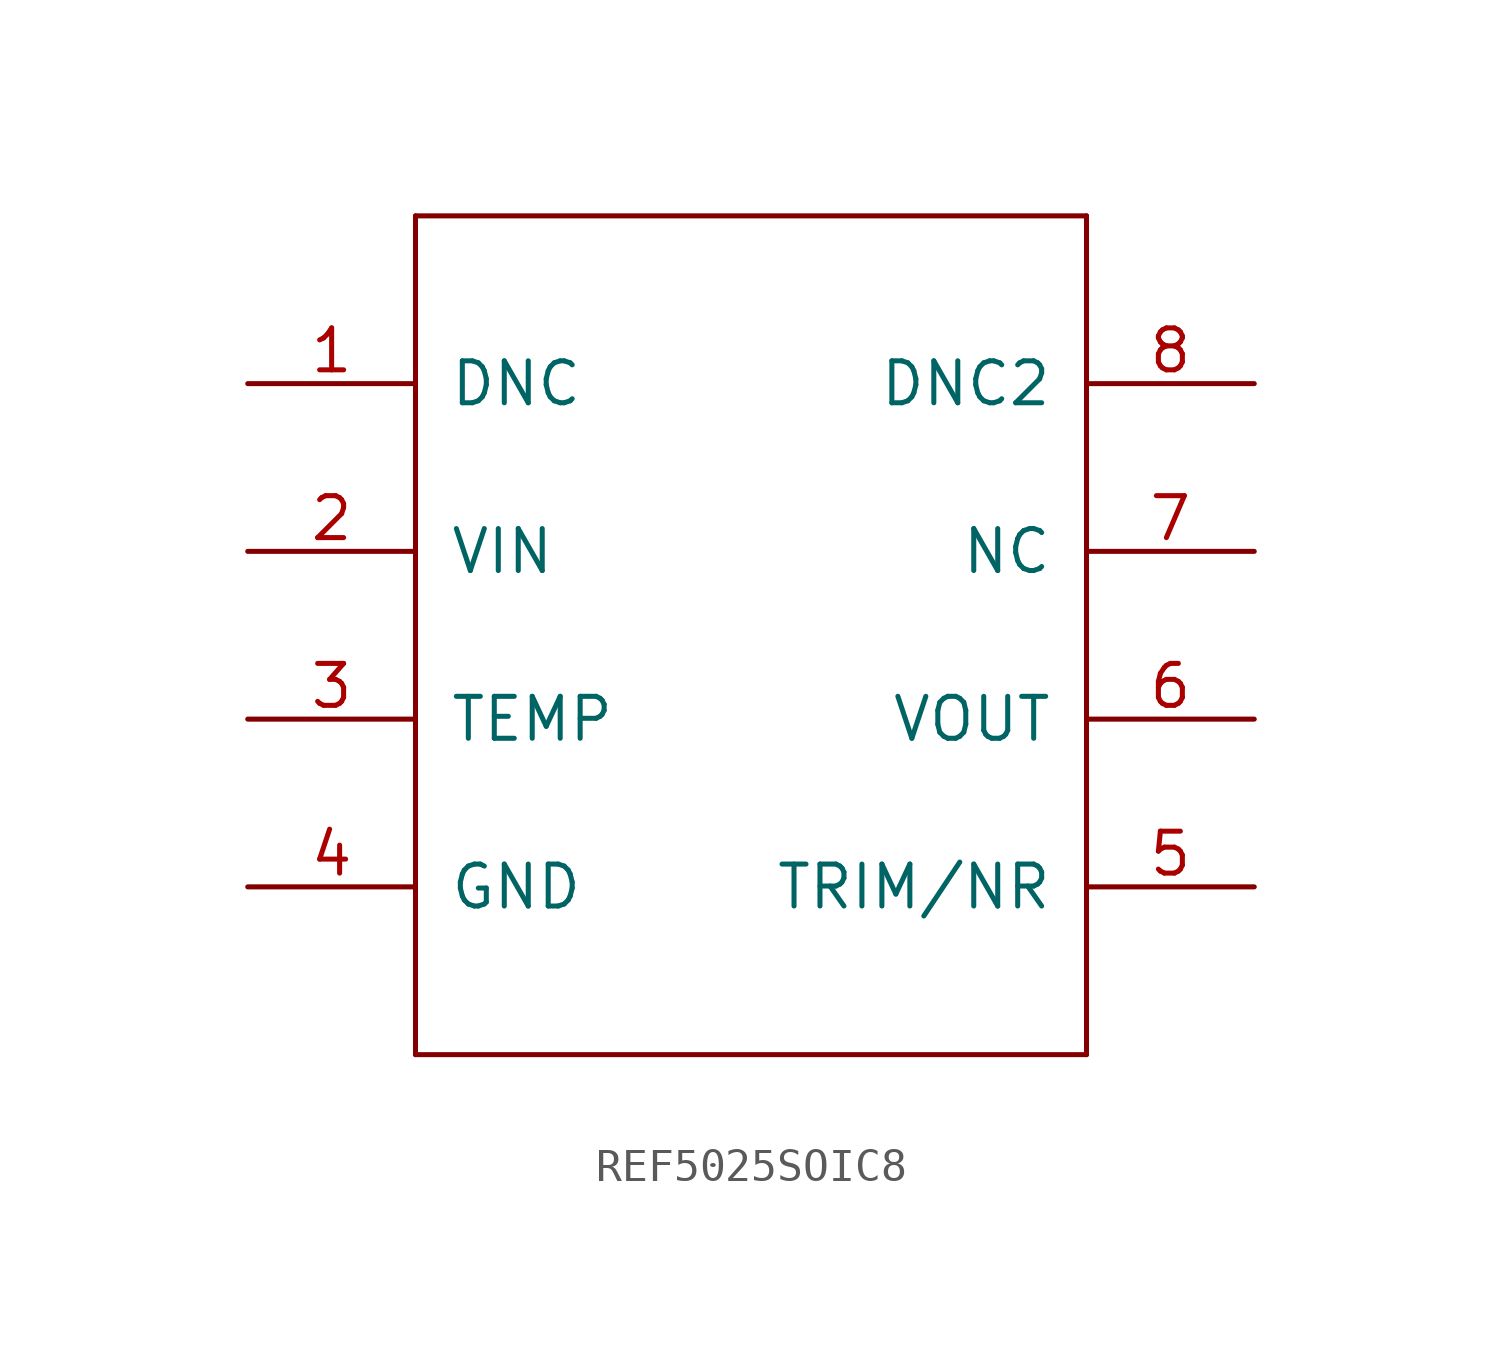
<source format=kicad_sym>
(kicad_symbol_lib
  (version 20211014)
  (generator kicad_symbol_editor)
  (symbol "REF5025SOIC8"
    (pin_names
      (offset 1.016))
    (property "Reference" ""
      (at 0 0 0)
      (effects (font (size 1.27 1.27)) hide))
    (property "ki_locked" ""
      (at 0 0 0)
      (effects (font (size 1.27 1.27))))
    (symbol "REF5025SOIC8_1_0"
      (polyline (pts (xy -5.08 -7.62) (xy 15.24 -7.62)) (stroke (width 0) (type default) (color 0 0 0 0)) (fill (type none)))
      (polyline (pts (xy -5.08 17.78) (xy -5.08 -7.62)) (stroke (width 0) (type default) (color 0 0 0 0)) (fill (type none)))
      (polyline (pts (xy 15.24 -7.62) (xy 15.24 17.78)) (stroke (width 0) (type default) (color 0 0 0 0)) (fill (type none)))
      (polyline (pts (xy 15.24 17.78) (xy -5.08 17.78)) (stroke (width 0) (type default) (color 0 0 0 0)) (fill (type none)))
      (pin bidirectional line (at -10.16 12.7 0) (length 5.08) (name "DNC" (effects (font (size 1.27 1.27)))) (number "1" (effects (font (size 1.27 1.27)))))
      (pin power_in line (at -10.16 7.62 0) (length 5.08) (name "VIN" (effects (font (size 1.27 1.27)))) (number "2" (effects (font (size 1.27 1.27)))))
      (pin bidirectional line (at -10.16 2.54 0) (length 5.08) (name "TEMP" (effects (font (size 1.27 1.27)))) (number "3" (effects (font (size 1.27 1.27)))))
      (pin power_in line (at -10.16 -2.54 0) (length 5.08) (name "GND" (effects (font (size 1.27 1.27)))) (number "4" (effects (font (size 1.27 1.27)))))
      (pin bidirectional line (at 20.32 -2.54 180) (length 5.08) (name "TRIM/NR" (effects (font (size 1.27 1.27)))) (number "5" (effects (font (size 1.27 1.27)))))
      (pin power_out line (at 20.32 2.54 180) (length 5.08) (name "VOUT" (effects (font (size 1.27 1.27)))) (number "6" (effects (font (size 1.27 1.27)))))
      (pin bidirectional line (at 20.32 7.62 180) (length 5.08) (name "NC" (effects (font (size 1.27 1.27)))) (number "7" (effects (font (size 1.27 1.27)))))
      (pin bidirectional line (at 20.32 12.7 180) (length 5.08) (name "DNC2" (effects (font (size 1.27 1.27)))) (number "8" (effects (font (size 1.27 1.27))))))))
</source>
